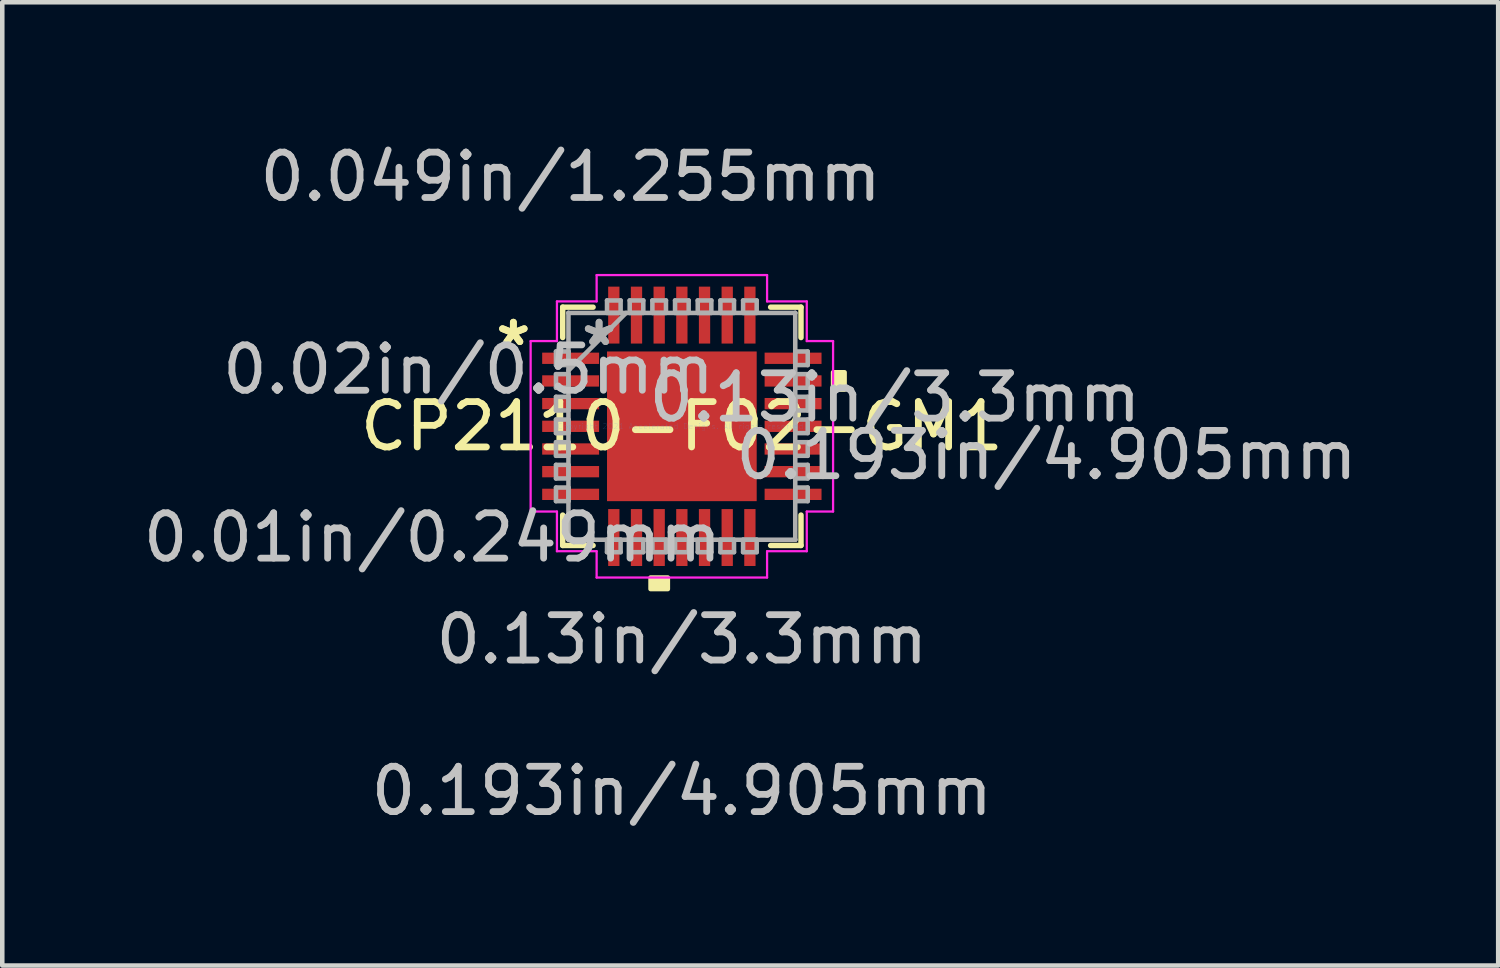
<source format=kicad_pcb>
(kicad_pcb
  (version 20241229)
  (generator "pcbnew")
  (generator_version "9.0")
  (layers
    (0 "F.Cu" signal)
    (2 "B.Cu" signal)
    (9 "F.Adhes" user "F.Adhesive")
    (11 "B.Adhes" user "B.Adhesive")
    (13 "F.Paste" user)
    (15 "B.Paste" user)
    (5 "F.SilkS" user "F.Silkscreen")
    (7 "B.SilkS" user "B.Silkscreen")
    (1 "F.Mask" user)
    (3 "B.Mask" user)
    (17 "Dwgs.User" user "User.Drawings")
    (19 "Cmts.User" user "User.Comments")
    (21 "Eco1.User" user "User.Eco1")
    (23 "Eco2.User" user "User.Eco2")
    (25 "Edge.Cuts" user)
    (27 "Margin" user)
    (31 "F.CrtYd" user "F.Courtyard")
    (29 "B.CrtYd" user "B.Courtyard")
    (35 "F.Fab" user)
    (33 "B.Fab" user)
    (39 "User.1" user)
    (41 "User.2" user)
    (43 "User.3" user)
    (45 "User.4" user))
  (footprint "CP2110-F02-GM1"
    (layer "F.Cu")
    (at 11.983 6.349)
    (property "Reference" "CP2110-F02-GM1" (at 0 0 0) (layer "F.SilkS") (effects (font (size 1 1) (thickness 0.15))))
    (attr through_hole)
    (fp_line (start -2.627 -2.627) (end -2.627 -1.957) (stroke (width 0.12) (type solid)) (layer "F.SilkS"))
    (fp_line (start -2.627 1.957) (end -2.627 2.627) (stroke (width 0.12) (type solid)) (layer "F.SilkS"))
    (fp_line (start -2.627 2.627) (end -1.957 2.627) (stroke (width 0.12) (type solid)) (layer "F.SilkS"))
    (fp_line (start -1.957 -2.627) (end -2.627 -2.627) (stroke (width 0.12) (type solid)) (layer "F.SilkS"))
    (fp_line (start 1.957 2.627) (end 2.627 2.627) (stroke (width 0.12) (type solid)) (layer "F.SilkS"))
    (fp_line (start 2.627 -2.627) (end 1.957 -2.627) (stroke (width 0.12) (type solid)) (layer "F.SilkS"))
    (fp_line (start 2.627 -1.957) (end 2.627 -2.627) (stroke (width 0.12) (type solid)) (layer "F.SilkS"))
    (fp_line (start 2.627 2.627) (end 2.627 1.957) (stroke (width 0.12) (type solid)) (layer "F.SilkS"))
    (fp_poly (pts (xy -0.69 3.334) (xy -0.69 3.588) (xy -0.309 3.588) (xy -0.309 3.334)) (stroke (width 0.1) (type solid)) (fill yes) (layer "F.SilkS"))
    (fp_poly (pts (xy 3.588 -1.191) (xy 3.588 -0.81) (xy 3.334 -0.81) (xy 3.334 -1.191)) (stroke (width 0.1) (type solid)) (fill yes) (layer "F.SilkS"))
    (fp_poly (pts (xy -1.55 -1.55) (xy -1.55 -0.1) (xy -0.1 -0.1) (xy -0.1 -1.55)) (stroke (width 0.1) (type solid)) (fill yes) (layer "F.Paste"))
    (fp_poly (pts (xy -1.55 0.1) (xy -1.55 1.55) (xy -0.1 1.55) (xy -0.1 0.1)) (stroke (width 0.1) (type solid)) (fill yes) (layer "F.Paste"))
    (fp_poly (pts (xy 0.1 -1.55) (xy 0.1 -0.1) (xy 1.55 -0.1) (xy 1.55 -1.55)) (stroke (width 0.1) (type solid)) (fill yes) (layer "F.Paste"))
    (fp_poly (pts (xy 0.1 0.1) (xy 0.1 1.55) (xy 1.55 1.55) (xy 1.55 0.1)) (stroke (width 0.1) (type solid)) (fill yes) (layer "F.Paste"))
    (fp_line (start -3.334 -1.879) (end -2.754 -1.879) (stroke (width 0.05) (type solid)) (layer "F.CrtYd"))
    (fp_line (start -3.334 1.879) (end -3.334 -1.879) (stroke (width 0.05) (type solid)) (layer "F.CrtYd"))
    (fp_line (start -2.754 -2.754) (end -1.879 -2.754) (stroke (width 0.05) (type solid)) (layer "F.CrtYd"))
    (fp_line (start -2.754 -1.879) (end -2.754 -2.754) (stroke (width 0.05) (type solid)) (layer "F.CrtYd"))
    (fp_line (start -2.754 1.879) (end -3.334 1.879) (stroke (width 0.05) (type solid)) (layer "F.CrtYd"))
    (fp_line (start -2.754 2.754) (end -2.754 1.879) (stroke (width 0.05) (type solid)) (layer "F.CrtYd"))
    (fp_line (start -1.879 -3.334) (end 1.879 -3.334) (stroke (width 0.05) (type solid)) (layer "F.CrtYd"))
    (fp_line (start -1.879 -2.754) (end -1.879 -3.334) (stroke (width 0.05) (type solid)) (layer "F.CrtYd"))
    (fp_line (start -1.879 2.754) (end -2.754 2.754) (stroke (width 0.05) (type solid)) (layer "F.CrtYd"))
    (fp_line (start -1.879 3.334) (end -1.879 2.754) (stroke (width 0.05) (type solid)) (layer "F.CrtYd"))
    (fp_line (start 1.879 -3.334) (end 1.879 -2.754) (stroke (width 0.05) (type solid)) (layer "F.CrtYd"))
    (fp_line (start 1.879 -2.754) (end 2.754 -2.754) (stroke (width 0.05) (type solid)) (layer "F.CrtYd"))
    (fp_line (start 1.879 2.754) (end 1.879 3.334) (stroke (width 0.05) (type solid)) (layer "F.CrtYd"))
    (fp_line (start 1.879 3.334) (end -1.879 3.334) (stroke (width 0.05) (type solid)) (layer "F.CrtYd"))
    (fp_line (start 2.754 -2.754) (end 2.754 -1.879) (stroke (width 0.05) (type solid)) (layer "F.CrtYd"))
    (fp_line (start 2.754 -1.879) (end 3.334 -1.879) (stroke (width 0.05) (type solid)) (layer "F.CrtYd"))
    (fp_line (start 2.754 1.879) (end 2.754 2.754) (stroke (width 0.05) (type solid)) (layer "F.CrtYd"))
    (fp_line (start 2.754 2.754) (end 1.879 2.754) (stroke (width 0.05) (type solid)) (layer "F.CrtYd"))
    (fp_line (start 3.334 -1.879) (end 3.334 1.879) (stroke (width 0.05) (type solid)) (layer "F.CrtYd"))
    (fp_line (start 3.334 1.879) (end 2.754 1.879) (stroke (width 0.05) (type solid)) (layer "F.CrtYd"))
    (fp_line (start -2.775 -1.65) (end -2.775 -1.35) (stroke (width 0.1) (type solid)) (layer "F.Fab"))
    (fp_line (start -2.775 -1.35) (end -2.5 -1.35) (stroke (width 0.1) (type solid)) (layer "F.Fab"))
    (fp_line (start -2.775 -1.15) (end -2.775 -0.85) (stroke (width 0.1) (type solid)) (layer "F.Fab"))
    (fp_line (start -2.775 -0.85) (end -2.5 -0.85) (stroke (width 0.1) (type solid)) (layer "F.Fab"))
    (fp_line (start -2.775 -0.65) (end -2.775 -0.35) (stroke (width 0.1) (type solid)) (layer "F.Fab"))
    (fp_line (start -2.775 -0.35) (end -2.5 -0.35) (stroke (width 0.1) (type solid)) (layer "F.Fab"))
    (fp_line (start -2.775 -0.15) (end -2.775 0.15) (stroke (width 0.1) (type solid)) (layer "F.Fab"))
    (fp_line (start -2.775 0.15) (end -2.5 0.15) (stroke (width 0.1) (type solid)) (layer "F.Fab"))
    (fp_line (start -2.775 0.35) (end -2.775 0.65) (stroke (width 0.1) (type solid)) (layer "F.Fab"))
    (fp_line (start -2.775 0.65) (end -2.5 0.65) (stroke (width 0.1) (type solid)) (layer "F.Fab"))
    (fp_line (start -2.775 0.85) (end -2.775 1.15) (stroke (width 0.1) (type solid)) (layer "F.Fab"))
    (fp_line (start -2.775 1.15) (end -2.5 1.15) (stroke (width 0.1) (type solid)) (layer "F.Fab"))
    (fp_line (start -2.775 1.35) (end -2.775 1.65) (stroke (width 0.1) (type solid)) (layer "F.Fab"))
    (fp_line (start -2.775 1.65) (end -2.5 1.65) (stroke (width 0.1) (type solid)) (layer "F.Fab"))
    (fp_line (start -2.5 -2.5) (end -2.5 -2.5) (stroke (width 0.1) (type solid)) (layer "F.Fab"))
    (fp_line (start -2.5 -2.5) (end -2.5 2.5) (stroke (width 0.1) (type solid)) (layer "F.Fab"))
    (fp_line (start -2.5 -1.65) (end -2.775 -1.65) (stroke (width 0.1) (type solid)) (layer "F.Fab"))
    (fp_line (start -2.5 -1.35) (end -2.5 -1.65) (stroke (width 0.1) (type solid)) (layer "F.Fab"))
    (fp_line (start -2.5 -1.23) (end -1.23 -2.5) (stroke (width 0.1) (type solid)) (layer "F.Fab"))
    (fp_line (start -2.5 -1.15) (end -2.775 -1.15) (stroke (width 0.1) (type solid)) (layer "F.Fab"))
    (fp_line (start -2.5 -0.85) (end -2.5 -1.15) (stroke (width 0.1) (type solid)) (layer "F.Fab"))
    (fp_line (start -2.5 -0.65) (end -2.775 -0.65) (stroke (width 0.1) (type solid)) (layer "F.Fab"))
    (fp_line (start -2.5 -0.35) (end -2.5 -0.65) (stroke (width 0.1) (type solid)) (layer "F.Fab"))
    (fp_line (start -2.5 -0.15) (end -2.775 -0.15) (stroke (width 0.1) (type solid)) (layer "F.Fab"))
    (fp_line (start -2.5 0.15) (end -2.5 -0.15) (stroke (width 0.1) (type solid)) (layer "F.Fab"))
    (fp_line (start -2.5 0.35) (end -2.775 0.35) (stroke (width 0.1) (type solid)) (layer "F.Fab"))
    (fp_line (start -2.5 0.65) (end -2.5 0.35) (stroke (width 0.1) (type solid)) (layer "F.Fab"))
    (fp_line (start -2.5 0.85) (end -2.775 0.85) (stroke (width 0.1) (type solid)) (layer "F.Fab"))
    (fp_line (start -2.5 1.15) (end -2.5 0.85) (stroke (width 0.1) (type solid)) (layer "F.Fab"))
    (fp_line (start -2.5 1.35) (end -2.775 1.35) (stroke (width 0.1) (type solid)) (layer "F.Fab"))
    (fp_line (start -2.5 1.65) (end -2.5 1.35) (stroke (width 0.1) (type solid)) (layer "F.Fab"))
    (fp_line (start -2.5 2.5) (end -2.5 2.5) (stroke (width 0.1) (type solid)) (layer "F.Fab"))
    (fp_line (start -2.5 2.5) (end 2.5 2.5) (stroke (width 0.1) (type solid)) (layer "F.Fab"))
    (fp_line (start -1.65 -2.775) (end -1.65 -2.5) (stroke (width 0.1) (type solid)) (layer "F.Fab"))
    (fp_line (start -1.65 -2.5) (end -1.35 -2.5) (stroke (width 0.1) (type solid)) (layer "F.Fab"))
    (fp_line (start -1.65 2.5) (end -1.65 2.775) (stroke (width 0.1) (type solid)) (layer "F.Fab"))
    (fp_line (start -1.65 2.775) (end -1.35 2.775) (stroke (width 0.1) (type solid)) (layer "F.Fab"))
    (fp_line (start -1.35 -2.775) (end -1.65 -2.775) (stroke (width 0.1) (type solid)) (layer "F.Fab"))
    (fp_line (start -1.35 -2.5) (end -1.35 -2.775) (stroke (width 0.1) (type solid)) (layer "F.Fab"))
    (fp_line (start -1.35 2.5) (end -1.65 2.5) (stroke (width 0.1) (type solid)) (layer "F.Fab"))
    (fp_line (start -1.35 2.775) (end -1.35 2.5) (stroke (width 0.1) (type solid)) (layer "F.Fab"))
    (fp_line (start -1.15 -2.775) (end -1.15 -2.5) (stroke (width 0.1) (type solid)) (layer "F.Fab"))
    (fp_line (start -1.15 -2.5) (end -0.85 -2.5) (stroke (width 0.1) (type solid)) (layer "F.Fab"))
    (fp_line (start -1.15 2.5) (end -1.15 2.775) (stroke (width 0.1) (type solid)) (layer "F.Fab"))
    (fp_line (start -1.15 2.775) (end -0.85 2.775) (stroke (width 0.1) (type solid)) (layer "F.Fab"))
    (fp_line (start -0.85 -2.775) (end -1.15 -2.775) (stroke (width 0.1) (type solid)) (layer "F.Fab"))
    (fp_line (start -0.85 -2.5) (end -0.85 -2.775) (stroke (width 0.1) (type solid)) (layer "F.Fab"))
    (fp_line (start -0.85 2.5) (end -1.15 2.5) (stroke (width 0.1) (type solid)) (layer "F.Fab"))
    (fp_line (start -0.85 2.775) (end -0.85 2.5) (stroke (width 0.1) (type solid)) (layer "F.Fab"))
    (fp_line (start -0.65 -2.775) (end -0.65 -2.5) (stroke (width 0.1) (type solid)) (layer "F.Fab"))
    (fp_line (start -0.65 -2.5) (end -0.35 -2.5) (stroke (width 0.1) (type solid)) (layer "F.Fab"))
    (fp_line (start -0.65 2.5) (end -0.65 2.775) (stroke (width 0.1) (type solid)) (layer "F.Fab"))
    (fp_line (start -0.65 2.775) (end -0.35 2.775) (stroke (width 0.1) (type solid)) (layer "F.Fab"))
    (fp_line (start -0.35 -2.775) (end -0.65 -2.775) (stroke (width 0.1) (type solid)) (layer "F.Fab"))
    (fp_line (start -0.35 -2.5) (end -0.35 -2.775) (stroke (width 0.1) (type solid)) (layer "F.Fab"))
    (fp_line (start -0.35 2.5) (end -0.65 2.5) (stroke (width 0.1) (type solid)) (layer "F.Fab"))
    (fp_line (start -0.35 2.775) (end -0.35 2.5) (stroke (width 0.1) (type solid)) (layer "F.Fab"))
    (fp_line (start -0.15 -2.775) (end -0.15 -2.5) (stroke (width 0.1) (type solid)) (layer "F.Fab"))
    (fp_line (start -0.15 -2.5) (end 0.15 -2.5) (stroke (width 0.1) (type solid)) (layer "F.Fab"))
    (fp_line (start -0.15 2.5) (end -0.15 2.775) (stroke (width 0.1) (type solid)) (layer "F.Fab"))
    (fp_line (start -0.15 2.775) (end 0.15 2.775) (stroke (width 0.1) (type solid)) (layer "F.Fab"))
    (fp_line (start 0.15 -2.775) (end -0.15 -2.775) (stroke (width 0.1) (type solid)) (layer "F.Fab"))
    (fp_line (start 0.15 -2.5) (end 0.15 -2.775) (stroke (width 0.1) (type solid)) (layer "F.Fab"))
    (fp_line (start 0.15 2.5) (end -0.15 2.5) (stroke (width 0.1) (type solid)) (layer "F.Fab"))
    (fp_line (start 0.15 2.775) (end 0.15 2.5) (stroke (width 0.1) (type solid)) (layer "F.Fab"))
    (fp_line (start 0.35 -2.775) (end 0.35 -2.5) (stroke (width 0.1) (type solid)) (layer "F.Fab"))
    (fp_line (start 0.35 -2.5) (end 0.65 -2.5) (stroke (width 0.1) (type solid)) (layer "F.Fab"))
    (fp_line (start 0.35 2.5) (end 0.35 2.775) (stroke (width 0.1) (type solid)) (layer "F.Fab"))
    (fp_line (start 0.35 2.775) (end 0.65 2.775) (stroke (width 0.1) (type solid)) (layer "F.Fab"))
    (fp_line (start 0.65 -2.775) (end 0.35 -2.775) (stroke (width 0.1) (type solid)) (layer "F.Fab"))
    (fp_line (start 0.65 -2.5) (end 0.65 -2.775) (stroke (width 0.1) (type solid)) (layer "F.Fab"))
    (fp_line (start 0.65 2.5) (end 0.35 2.5) (stroke (width 0.1) (type solid)) (layer "F.Fab"))
    (fp_line (start 0.65 2.775) (end 0.65 2.5) (stroke (width 0.1) (type solid)) (layer "F.Fab"))
    (fp_line (start 0.85 -2.775) (end 0.85 -2.5) (stroke (width 0.1) (type solid)) (layer "F.Fab"))
    (fp_line (start 0.85 -2.5) (end 1.15 -2.5) (stroke (width 0.1) (type solid)) (layer "F.Fab"))
    (fp_line (start 0.85 2.5) (end 0.85 2.775) (stroke (width 0.1) (type solid)) (layer "F.Fab"))
    (fp_line (start 0.85 2.775) (end 1.15 2.775) (stroke (width 0.1) (type solid)) (layer "F.Fab"))
    (fp_line (start 1.15 -2.775) (end 0.85 -2.775) (stroke (width 0.1) (type solid)) (layer "F.Fab"))
    (fp_line (start 1.15 -2.5) (end 1.15 -2.775) (stroke (width 0.1) (type solid)) (layer "F.Fab"))
    (fp_line (start 1.15 2.5) (end 0.85 2.5) (stroke (width 0.1) (type solid)) (layer "F.Fab"))
    (fp_line (start 1.15 2.775) (end 1.15 2.5) (stroke (width 0.1) (type solid)) (layer "F.Fab"))
    (fp_line (start 1.35 -2.775) (end 1.35 -2.5) (stroke (width 0.1) (type solid)) (layer "F.Fab"))
    (fp_line (start 1.35 -2.5) (end 1.65 -2.5) (stroke (width 0.1) (type solid)) (layer "F.Fab"))
    (fp_line (start 1.35 2.5) (end 1.35 2.775) (stroke (width 0.1) (type solid)) (layer "F.Fab"))
    (fp_line (start 1.35 2.775) (end 1.65 2.775) (stroke (width 0.1) (type solid)) (layer "F.Fab"))
    (fp_line (start 1.65 -2.775) (end 1.35 -2.775) (stroke (width 0.1) (type solid)) (layer "F.Fab"))
    (fp_line (start 1.65 -2.5) (end 1.65 -2.775) (stroke (width 0.1) (type solid)) (layer "F.Fab"))
    (fp_line (start 1.65 2.5) (end 1.35 2.5) (stroke (width 0.1) (type solid)) (layer "F.Fab"))
    (fp_line (start 1.65 2.775) (end 1.65 2.5) (stroke (width 0.1) (type solid)) (layer "F.Fab"))
    (fp_line (start 2.5 -2.5) (end -2.5 -2.5) (stroke (width 0.1) (type solid)) (layer "F.Fab"))
    (fp_line (start 2.5 -2.5) (end 2.5 -2.5) (stroke (width 0.1) (type solid)) (layer "F.Fab"))
    (fp_line (start 2.5 -1.65) (end 2.5 -1.35) (stroke (width 0.1) (type solid)) (layer "F.Fab"))
    (fp_line (start 2.5 -1.35) (end 2.775 -1.35) (stroke (width 0.1) (type solid)) (layer "F.Fab"))
    (fp_line (start 2.5 -1.15) (end 2.5 -0.85) (stroke (width 0.1) (type solid)) (layer "F.Fab"))
    (fp_line (start 2.5 -0.85) (end 2.775 -0.85) (stroke (width 0.1) (type solid)) (layer "F.Fab"))
    (fp_line (start 2.5 -0.65) (end 2.5 -0.35) (stroke (width 0.1) (type solid)) (layer "F.Fab"))
    (fp_line (start 2.5 -0.35) (end 2.775 -0.35) (stroke (width 0.1) (type solid)) (layer "F.Fab"))
    (fp_line (start 2.5 -0.15) (end 2.5 0.15) (stroke (width 0.1) (type solid)) (layer "F.Fab"))
    (fp_line (start 2.5 0.15) (end 2.775 0.15) (stroke (width 0.1) (type solid)) (layer "F.Fab"))
    (fp_line (start 2.5 0.35) (end 2.5 0.65) (stroke (width 0.1) (type solid)) (layer "F.Fab"))
    (fp_line (start 2.5 0.65) (end 2.775 0.65) (stroke (width 0.1) (type solid)) (layer "F.Fab"))
    (fp_line (start 2.5 0.85) (end 2.5 1.15) (stroke (width 0.1) (type solid)) (layer "F.Fab"))
    (fp_line (start 2.5 1.15) (end 2.775 1.15) (stroke (width 0.1) (type solid)) (layer "F.Fab"))
    (fp_line (start 2.5 1.35) (end 2.5 1.65) (stroke (width 0.1) (type solid)) (layer "F.Fab"))
    (fp_line (start 2.5 1.65) (end 2.775 1.65) (stroke (width 0.1) (type solid)) (layer "F.Fab"))
    (fp_line (start 2.5 2.5) (end 2.5 -2.5) (stroke (width 0.1) (type solid)) (layer "F.Fab"))
    (fp_line (start 2.5 2.5) (end 2.5 2.5) (stroke (width 0.1) (type solid)) (layer "F.Fab"))
    (fp_line (start 2.775 -1.65) (end 2.5 -1.65) (stroke (width 0.1) (type solid)) (layer "F.Fab"))
    (fp_line (start 2.775 -1.35) (end 2.775 -1.65) (stroke (width 0.1) (type solid)) (layer "F.Fab"))
    (fp_line (start 2.775 -1.15) (end 2.5 -1.15) (stroke (width 0.1) (type solid)) (layer "F.Fab"))
    (fp_line (start 2.775 -0.85) (end 2.775 -1.15) (stroke (width 0.1) (type solid)) (layer "F.Fab"))
    (fp_line (start 2.775 -0.65) (end 2.5 -0.65) (stroke (width 0.1) (type solid)) (layer "F.Fab"))
    (fp_line (start 2.775 -0.35) (end 2.775 -0.65) (stroke (width 0.1) (type solid)) (layer "F.Fab"))
    (fp_line (start 2.775 -0.15) (end 2.5 -0.15) (stroke (width 0.1) (type solid)) (layer "F.Fab"))
    (fp_line (start 2.775 0.15) (end 2.775 -0.15) (stroke (width 0.1) (type solid)) (layer "F.Fab"))
    (fp_line (start 2.775 0.35) (end 2.5 0.35) (stroke (width 0.1) (type solid)) (layer "F.Fab"))
    (fp_line (start 2.775 0.65) (end 2.775 0.35) (stroke (width 0.1) (type solid)) (layer "F.Fab"))
    (fp_line (start 2.775 0.85) (end 2.5 0.85) (stroke (width 0.1) (type solid)) (layer "F.Fab"))
    (fp_line (start 2.775 1.15) (end 2.775 0.85) (stroke (width 0.1) (type solid)) (layer "F.Fab"))
    (fp_line (start 2.775 1.35) (end 2.5 1.35) (stroke (width 0.1) (type solid)) (layer "F.Fab"))
    (fp_line (start 2.775 1.65) (end 2.775 1.35) (stroke (width 0.1) (type solid)) (layer "F.Fab"))
    (fp_text user "*" (at -3.715 -1.75 0) (layer "F.SilkS") (effects (font (size 1 1) (thickness 0.15))))
    (fp_text user "*" (at -3.715 -1.75 0) (layer "F.SilkS") (effects (font (size 1 1) (thickness 0.15))))
    (fp_text user "0.13in/3.3mm" (at 0 4.698 0) (layer "Dwgs.User") (effects (font (size 1 1) (thickness 0.15))))
    (fp_text user "0.049in/1.255mm" (at -2.452 -5.5 0) (layer "Dwgs.User") (effects (font (size 1 1) (thickness 0.15))))
    (fp_text user "0.02in/0.5mm" (at -4.705 -1.25 0) (layer "Dwgs.User") (effects (font (size 1 1) (thickness 0.15))))
    (fp_text user "0.13in/3.3mm" (at 4.698 -0.635 0) (layer "Dwgs.User") (effects (font (size 1 1) (thickness 0.15))))
    (fp_text user "0.193in/4.905mm" (at 0 8.04 0) (layer "Dwgs.User") (effects (font (size 1 1) (thickness 0.15))))
    (fp_text user "0.01in/0.249mm" (at -5.5 2.452 0) (layer "Dwgs.User") (effects (font (size 1 1) (thickness 0.15))))
    (fp_text user "0.193in/4.905mm" (at 8.04 0.635 0) (layer "Dwgs.User") (effects (font (size 1 1) (thickness 0.15))))
    (fp_text user "Copyright 2021 Accelerated Designs. All rights reserved." (at 0 0 0) (layer "Cmts.User") (effects (font (size 0.127 0.127) (thickness 0.002))))
    (fp_text user "*" (at -1.825 -1.75 0) (layer "F.Fab") (effects (font (size 1 1) (thickness 0.15))))
    (fp_text user "*" (at -1.825 -1.75 0) (layer "F.Fab") (effects (font (size 1 1) (thickness 0.15))))
    (pad "1" smd rect (at -2.452 -1.5 90) (size 0.249 1.255) (layers "F.Cu" "F.Mask" "F.Paste"))
    (pad "2" smd rect (at -2.452 -1 90) (size 0.249 1.255) (layers "F.Cu" "F.Mask" "F.Paste"))
    (pad "3" smd rect (at -2.452 -0.5 90) (size 0.249 1.255) (layers "F.Cu" "F.Mask" "F.Paste"))
    (pad "4" smd rect (at -2.452 0 90) (size 0.249 1.255) (layers "F.Cu" "F.Mask" "F.Paste"))
    (pad "5" smd rect (at -2.452 0.5 90) (size 0.249 1.255) (layers "F.Cu" "F.Mask" "F.Paste"))
    (pad "6" smd rect (at -2.452 1 90) (size 0.249 1.255) (layers "F.Cu" "F.Mask" "F.Paste"))
    (pad "7" smd rect (at -2.452 1.5 90) (size 0.249 1.255) (layers "F.Cu" "F.Mask" "F.Paste"))
    (pad "8" smd rect (at -1.5 2.452) (size 0.249 1.255) (layers "F.Cu" "F.Mask" "F.Paste"))
    (pad "9" smd rect (at -1 2.452) (size 0.249 1.255) (layers "F.Cu" "F.Mask" "F.Paste"))
    (pad "10" smd rect (at -0.5 2.452) (size 0.249 1.255) (layers "F.Cu" "F.Mask" "F.Paste"))
    (pad "11" smd rect (at 0 2.452) (size 0.249 1.255) (layers "F.Cu" "F.Mask" "F.Paste"))
    (pad "12" smd rect (at 0.5 2.452) (size 0.249 1.255) (layers "F.Cu" "F.Mask" "F.Paste"))
    (pad "13" smd rect (at 1 2.452) (size 0.249 1.255) (layers "F.Cu" "F.Mask" "F.Paste"))
    (pad "14" smd rect (at 1.5 2.452) (size 0.249 1.255) (layers "F.Cu" "F.Mask" "F.Paste"))
    (pad "15" smd rect (at 2.452 1.5 90) (size 0.249 1.255) (layers "F.Cu" "F.Mask" "F.Paste"))
    (pad "16" smd rect (at 2.452 1 90) (size 0.249 1.255) (layers "F.Cu" "F.Mask" "F.Paste"))
    (pad "17" smd rect (at 2.452 0.5 90) (size 0.249 1.255) (layers "F.Cu" "F.Mask" "F.Paste"))
    (pad "18" smd rect (at 2.452 0 90) (size 0.249 1.255) (layers "F.Cu" "F.Mask" "F.Paste"))
    (pad "19" smd rect (at 2.452 -0.5 90) (size 0.249 1.255) (layers "F.Cu" "F.Mask" "F.Paste"))
    (pad "20" smd rect (at 2.452 -1 90) (size 0.249 1.255) (layers "F.Cu" "F.Mask" "F.Paste"))
    (pad "21" smd rect (at 2.452 -1.5 90) (size 0.249 1.255) (layers "F.Cu" "F.Mask" "F.Paste"))
    (pad "22" smd rect (at 1.5 -2.452) (size 0.249 1.255) (layers "F.Cu" "F.Mask" "F.Paste"))
    (pad "23" smd rect (at 1 -2.452) (size 0.249 1.255) (layers "F.Cu" "F.Mask" "F.Paste"))
    (pad "24" smd rect (at 0.5 -2.452) (size 0.249 1.255) (layers "F.Cu" "F.Mask" "F.Paste"))
    (pad "25" smd rect (at 0 -2.452) (size 0.249 1.255) (layers "F.Cu" "F.Mask" "F.Paste"))
    (pad "26" smd rect (at -0.5 -2.452) (size 0.249 1.255) (layers "F.Cu" "F.Mask" "F.Paste"))
    (pad "27" smd rect (at -1 -2.452) (size 0.249 1.255) (layers "F.Cu" "F.Mask" "F.Paste"))
    (pad "28" smd rect (at -1.5 -2.452) (size 0.249 1.255) (layers "F.Cu" "F.Mask" "F.Paste"))
    (pad "29" smd rect (at 0 0) (size 3.3 3.3) (layers "F.Cu" "F.Mask" "F.Paste")))
  (gr_rect
    (start -3 -3)
    (end 29.981 18.237)
    (stroke (width 0.1) (type default))
    (fill no)
    (layer "Edge.Cuts")))
</source>
